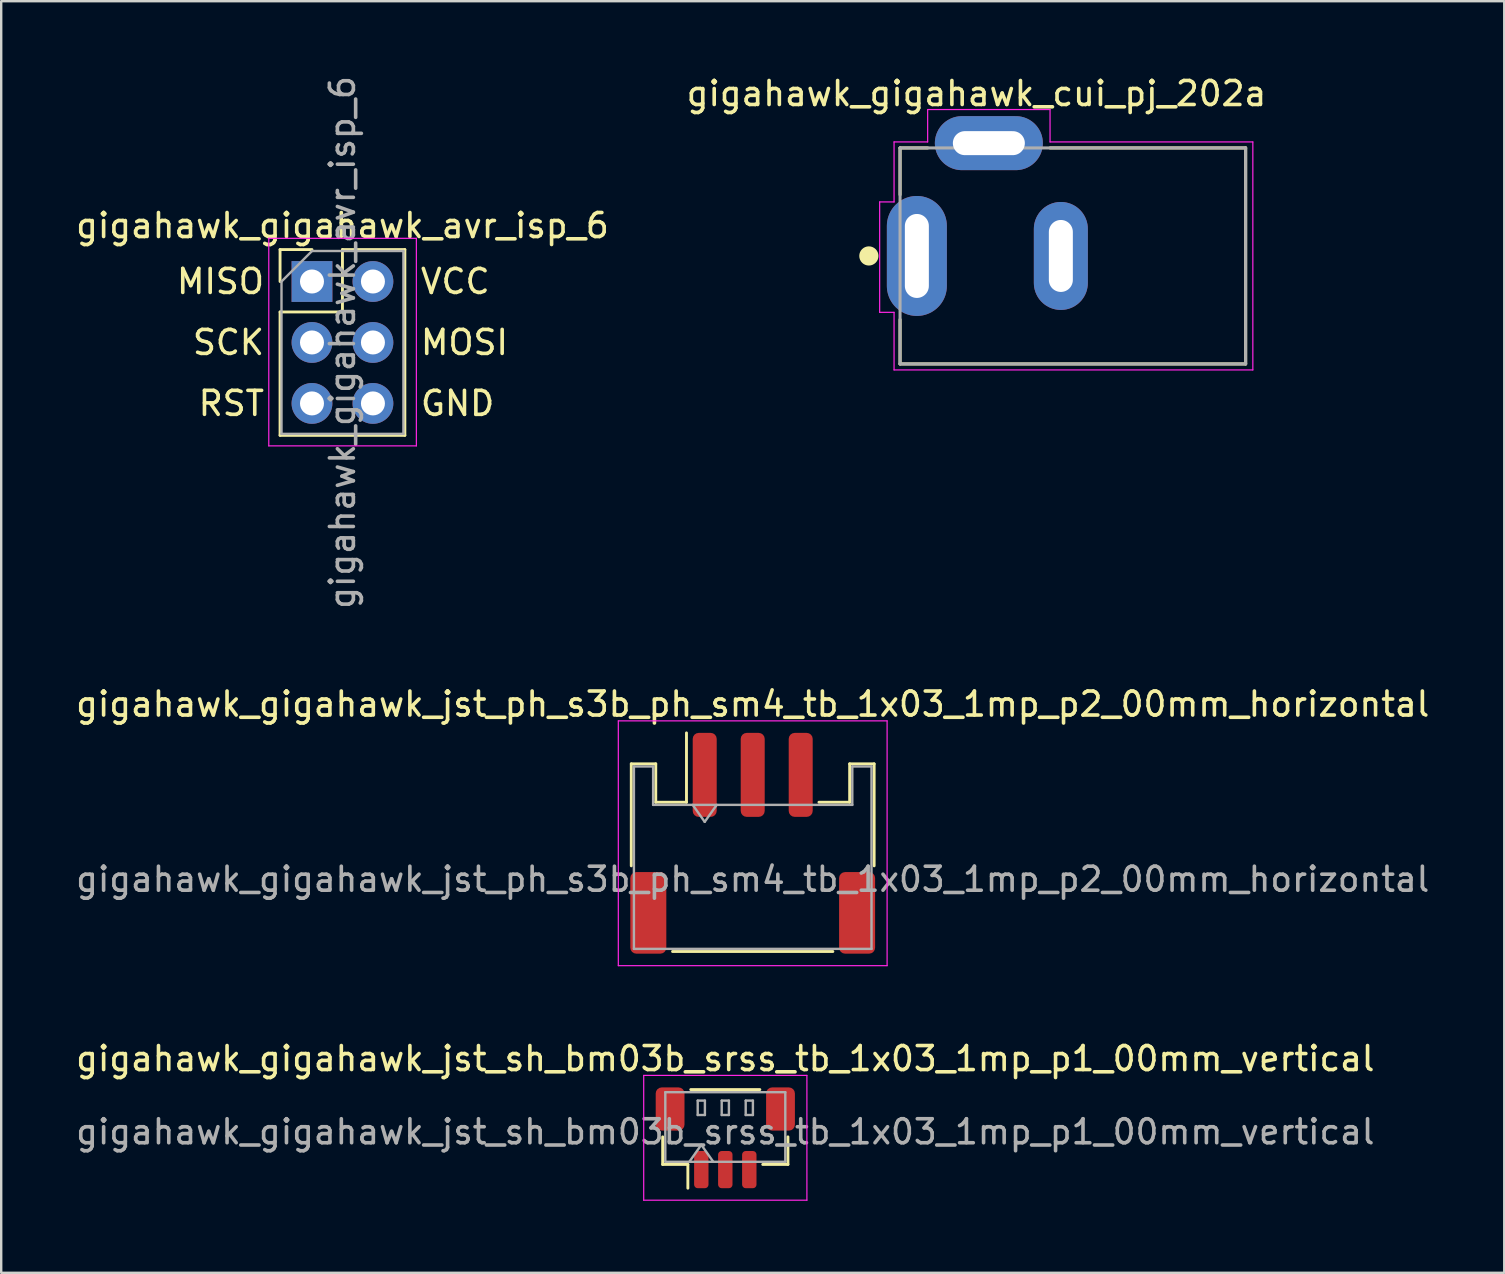
<source format=kicad_pcb>
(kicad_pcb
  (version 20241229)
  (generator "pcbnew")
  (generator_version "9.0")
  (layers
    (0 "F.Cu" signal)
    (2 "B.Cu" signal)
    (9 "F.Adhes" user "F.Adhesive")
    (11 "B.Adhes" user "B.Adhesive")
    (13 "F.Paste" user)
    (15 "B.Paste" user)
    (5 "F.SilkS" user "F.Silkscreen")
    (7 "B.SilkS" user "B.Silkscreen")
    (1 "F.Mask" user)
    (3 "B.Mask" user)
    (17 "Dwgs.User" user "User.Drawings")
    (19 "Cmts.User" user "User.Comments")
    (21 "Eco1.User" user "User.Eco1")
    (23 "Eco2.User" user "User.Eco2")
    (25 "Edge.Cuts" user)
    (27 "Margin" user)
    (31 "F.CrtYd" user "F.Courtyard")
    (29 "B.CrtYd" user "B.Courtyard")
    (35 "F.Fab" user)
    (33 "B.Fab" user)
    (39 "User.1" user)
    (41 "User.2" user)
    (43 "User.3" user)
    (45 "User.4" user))
  (footprint "gigahawk_gigahawk_avr_isp_6"
    (layer "F.Cu")
    (at 9.95 8.68)
    (property "Reference" "gigahawk_gigahawk_avr_isp_6" (at 1.27 -2.33 0) (layer "F.SilkS") (effects (font (size 1 1) (thickness 0.15))))
    (attr through_hole)
    (fp_line (start -1.33 -1.33) (end 0 -1.33) (stroke (width 0.12) (type solid)) (layer "F.SilkS"))
    (fp_line (start -1.33 0) (end -1.33 -1.33) (stroke (width 0.12) (type solid)) (layer "F.SilkS"))
    (fp_line (start -1.33 1.27) (end -1.33 6.41) (stroke (width 0.12) (type solid)) (layer "F.SilkS"))
    (fp_line (start -1.33 1.27) (end 1.27 1.27) (stroke (width 0.12) (type solid)) (layer "F.SilkS"))
    (fp_line (start -1.33 6.41) (end 3.87 6.41) (stroke (width 0.12) (type solid)) (layer "F.SilkS"))
    (fp_line (start 1.27 -1.33) (end 3.87 -1.33) (stroke (width 0.12) (type solid)) (layer "F.SilkS"))
    (fp_line (start 1.27 1.27) (end 1.27 -1.33) (stroke (width 0.12) (type solid)) (layer "F.SilkS"))
    (fp_line (start 3.87 -1.33) (end 3.87 6.41) (stroke (width 0.12) (type solid)) (layer "F.SilkS"))
    (fp_line (start -1.8 -1.8) (end -1.8 6.85) (stroke (width 0.05) (type solid)) (layer "F.CrtYd"))
    (fp_line (start -1.8 6.85) (end 4.35 6.85) (stroke (width 0.05) (type solid)) (layer "F.CrtYd"))
    (fp_line (start 4.35 -1.8) (end -1.8 -1.8) (stroke (width 0.05) (type solid)) (layer "F.CrtYd"))
    (fp_line (start 4.35 6.85) (end 4.35 -1.8) (stroke (width 0.05) (type solid)) (layer "F.CrtYd"))
    (fp_line (start -1.27 0) (end 0 -1.27) (stroke (width 0.1) (type solid)) (layer "F.Fab"))
    (fp_line (start -1.27 6.35) (end -1.27 0) (stroke (width 0.1) (type solid)) (layer "F.Fab"))
    (fp_line (start 0 -1.27) (end 3.81 -1.27) (stroke (width 0.1) (type solid)) (layer "F.Fab"))
    (fp_line (start 3.81 -1.27) (end 3.81 6.35) (stroke (width 0.1) (type solid)) (layer "F.Fab"))
    (fp_line (start 3.81 6.35) (end -1.27 6.35) (stroke (width 0.1) (type solid)) (layer "F.Fab"))
    (fp_text user "MOSI" (at 4.445 2.54 0) (layer "F.SilkS") (effects (font (size 1 1) (thickness 0.15)) (justify left)))
    (fp_text user "MISO" (at -1.905 0 180) (layer "F.SilkS") (effects (font (size 1 1) (thickness 0.15)) (justify right)))
    (fp_text user "SCK" (at -1.905 2.54 180) (layer "F.SilkS") (effects (font (size 1 1) (thickness 0.15)) (justify right)))
    (fp_text user "VCC" (at 4.445 0 0) (layer "F.SilkS") (effects (font (size 1 1) (thickness 0.15)) (justify left)))
    (fp_text user "GND" (at 4.445 5.08 0) (layer "F.SilkS") (effects (font (size 1 1) (thickness 0.15)) (justify left)))
    (fp_text user "RST" (at -1.905 5.08 180) (layer "F.SilkS") (effects (font (size 1 1) (thickness 0.15)) (justify right)))
    (fp_text user "${REFERENCE}" (at 1.27 2.54 90) (layer "F.Fab") (effects (font (size 1 1) (thickness 0.15))))
    (pad "1" thru_hole rect (at 0 0) (size 1.7 1.7) (drill 1) (layers "*.Cu" "*.Mask"))
    (pad "2" thru_hole oval (at 2.54 0) (size 1.7 1.7) (drill 1) (layers "*.Cu" "*.Mask"))
    (pad "3" thru_hole oval (at 0 2.54) (size 1.7 1.7) (drill 1) (layers "*.Cu" "*.Mask"))
    (pad "4" thru_hole oval (at 2.54 2.54) (size 1.7 1.7) (drill 1) (layers "*.Cu" "*.Mask"))
    (pad "5" thru_hole oval (at 0 5.08) (size 1.7 1.7) (drill 1) (layers "*.Cu" "*.Mask"))
    (pad "6" thru_hole oval (at 2.54 5.08) (size 1.7 1.7) (drill 1) (layers "*.Cu" "*.Mask")))
  (footprint "gigahawk_gigahawk_jst_sh_bm03b_srss_tb_1x03_1mp_p1_00mm_vertical"
    (layer "F.Cu")
    (at 27.173 44.362)
    (property "Reference" "gigahawk_gigahawk_jst_sh_bm03b_srss_tb_1x03_1mp_p1_00mm_vertical" (at 0 -3.3 0) (layer "F.SilkS") (effects (font (size 1 1) (thickness 0.15))))
    (attr smd)
    (fp_line (start -2.61 -0.04) (end -2.61 1.11) (stroke (width 0.12) (type solid)) (layer "F.SilkS"))
    (fp_line (start -2.61 1.11) (end -1.56 1.11) (stroke (width 0.12) (type solid)) (layer "F.SilkS"))
    (fp_line (start -1.56 1.11) (end -1.56 2.1) (stroke (width 0.12) (type solid)) (layer "F.SilkS"))
    (fp_line (start -1.44 -2.01) (end 1.44 -2.01) (stroke (width 0.12) (type solid)) (layer "F.SilkS"))
    (fp_line (start 2.61 -0.04) (end 2.61 1.11) (stroke (width 0.12) (type solid)) (layer "F.SilkS"))
    (fp_line (start 2.61 1.11) (end 1.56 1.11) (stroke (width 0.12) (type solid)) (layer "F.SilkS"))
    (fp_line (start -3.4 -2.6) (end -3.4 2.6) (stroke (width 0.05) (type solid)) (layer "F.CrtYd"))
    (fp_line (start -3.4 2.6) (end 3.4 2.6) (stroke (width 0.05) (type solid)) (layer "F.CrtYd"))
    (fp_line (start 3.4 -2.6) (end -3.4 -2.6) (stroke (width 0.05) (type solid)) (layer "F.CrtYd"))
    (fp_line (start 3.4 2.6) (end 3.4 -2.6) (stroke (width 0.05) (type solid)) (layer "F.CrtYd"))
    (fp_line (start -2.5 -1.9) (end 2.5 -1.9) (stroke (width 0.1) (type solid)) (layer "F.Fab"))
    (fp_line (start -2.5 1) (end -2.5 -1.9) (stroke (width 0.1) (type solid)) (layer "F.Fab"))
    (fp_line (start -2.5 1) (end 2.5 1) (stroke (width 0.1) (type solid)) (layer "F.Fab"))
    (fp_line (start -1.5 1) (end -1 0.293) (stroke (width 0.1) (type solid)) (layer "F.Fab"))
    (fp_line (start -1.15 -1.55) (end -1.15 -0.95) (stroke (width 0.1) (type solid)) (layer "F.Fab"))
    (fp_line (start -1.15 -0.95) (end -0.85 -0.95) (stroke (width 0.1) (type solid)) (layer "F.Fab"))
    (fp_line (start -1 0.293) (end -0.5 1) (stroke (width 0.1) (type solid)) (layer "F.Fab"))
    (fp_line (start -0.85 -1.55) (end -1.15 -1.55) (stroke (width 0.1) (type solid)) (layer "F.Fab"))
    (fp_line (start -0.85 -0.95) (end -0.85 -1.55) (stroke (width 0.1) (type solid)) (layer "F.Fab"))
    (fp_line (start -0.15 -1.55) (end -0.15 -0.95) (stroke (width 0.1) (type solid)) (layer "F.Fab"))
    (fp_line (start -0.15 -0.95) (end 0.15 -0.95) (stroke (width 0.1) (type solid)) (layer "F.Fab"))
    (fp_line (start 0.15 -1.55) (end -0.15 -1.55) (stroke (width 0.1) (type solid)) (layer "F.Fab"))
    (fp_line (start 0.15 -0.95) (end 0.15 -1.55) (stroke (width 0.1) (type solid)) (layer "F.Fab"))
    (fp_line (start 0.85 -1.55) (end 0.85 -0.95) (stroke (width 0.1) (type solid)) (layer "F.Fab"))
    (fp_line (start 0.85 -0.95) (end 1.15 -0.95) (stroke (width 0.1) (type solid)) (layer "F.Fab"))
    (fp_line (start 1.15 -1.55) (end 0.85 -1.55) (stroke (width 0.1) (type solid)) (layer "F.Fab"))
    (fp_line (start 1.15 -0.95) (end 1.15 -1.55) (stroke (width 0.1) (type solid)) (layer "F.Fab"))
    (fp_line (start 2.5 1) (end 2.5 -1.9) (stroke (width 0.1) (type solid)) (layer "F.Fab"))
    (fp_text user "${REFERENCE}" (at 0 -0.25 0) (layer "F.Fab") (effects (font (size 1 1) (thickness 0.15))))
    (pad "1" smd roundrect (at -1 1.325) (size 0.6 1.55) (layers "F.Cu" "F.Mask" "F.Paste") (roundrect_rratio 0.25))
    (pad "2" smd roundrect (at 0 1.325) (size 0.6 1.55) (layers "F.Cu" "F.Mask" "F.Paste") (roundrect_rratio 0.25))
    (pad "3" smd roundrect (at 1 1.325) (size 0.6 1.55) (layers "F.Cu" "F.Mask" "F.Paste") (roundrect_rratio 0.25))
    (pad "MP" smd roundrect (at -2.3 -1.2) (size 1.2 1.8) (layers "F.Cu" "F.Mask" "F.Paste") (roundrect_rratio 0.208))
    (pad "MP" smd roundrect (at 2.3 -1.2) (size 1.2 1.8) (layers "F.Cu" "F.Mask" "F.Paste") (roundrect_rratio 0.208)))
  (footprint "gigahawk_gigahawk_cui_pj_202a"
    (layer "F.Cu")
    (at 41.655 7.615)
    (property "Reference" "gigahawk_gigahawk_cui_pj_202a" (at -4.016 -6.766 0) (layer "F.SilkS") (effects (font (size 1 1) (thickness 0.15))))
    (attr through_hole)
    (fp_line (start -7.2 -4.5) (end -6.05 -4.5) (stroke (width 0.127) (type solid)) (layer "F.SilkS"))
    (fp_line (start -7.2 -2.55) (end -7.2 -4.5) (stroke (width 0.127) (type solid)) (layer "F.SilkS"))
    (fp_line (start -7.2 4.5) (end -7.2 2.65) (stroke (width 0.127) (type solid)) (layer "F.SilkS"))
    (fp_line (start -0.95 -4.5) (end 7.2 -4.5) (stroke (width 0.127) (type solid)) (layer "F.SilkS"))
    (fp_line (start 7.2 -4.5) (end 7.2 4.5) (stroke (width 0.127) (type solid)) (layer "F.SilkS"))
    (fp_line (start 7.2 4.5) (end -7.2 4.5) (stroke (width 0.127) (type solid)) (layer "F.SilkS"))
    (fp_circle (center -8.5 0) (end -8.3 0) (stroke (width 0.4) (type solid)) (fill no) (layer "F.SilkS"))
    (fp_line (start -8.05 -2.25) (end -8.05 2.35) (stroke (width 0.05) (type solid)) (layer "F.CrtYd"))
    (fp_line (start -8.05 2.35) (end -7.45 2.35) (stroke (width 0.05) (type solid)) (layer "F.CrtYd"))
    (fp_line (start -7.45 -4.75) (end -6.05 -4.75) (stroke (width 0.05) (type solid)) (layer "F.CrtYd"))
    (fp_line (start -7.45 -2.25) (end -8.05 -2.25) (stroke (width 0.05) (type solid)) (layer "F.CrtYd"))
    (fp_line (start -7.45 -2.25) (end -7.45 -4.75) (stroke (width 0.05) (type solid)) (layer "F.CrtYd"))
    (fp_line (start -7.45 4.75) (end -7.45 2.35) (stroke (width 0.05) (type solid)) (layer "F.CrtYd"))
    (fp_line (start -6.05 -6.1) (end -0.95 -6.1) (stroke (width 0.05) (type solid)) (layer "F.CrtYd"))
    (fp_line (start -6.05 -4.75) (end -6.05 -6.1) (stroke (width 0.05) (type solid)) (layer "F.CrtYd"))
    (fp_line (start -0.95 -6.1) (end -0.95 -4.75) (stroke (width 0.05) (type solid)) (layer "F.CrtYd"))
    (fp_line (start -0.95 -4.75) (end 7.5 -4.75) (stroke (width 0.05) (type solid)) (layer "F.CrtYd"))
    (fp_line (start 7.5 -4.75) (end 7.5 4.75) (stroke (width 0.05) (type solid)) (layer "F.CrtYd"))
    (fp_line (start 7.5 4.75) (end -7.45 4.75) (stroke (width 0.05) (type solid)) (layer "F.CrtYd"))
    (fp_line (start -7.2 -4.5) (end 7.2 -4.5) (stroke (width 0.127) (type solid)) (layer "F.Fab"))
    (fp_line (start -7.2 4.5) (end -7.2 -4.5) (stroke (width 0.127) (type solid)) (layer "F.Fab"))
    (fp_line (start 7.2 -4.5) (end 7.2 4.5) (stroke (width 0.127) (type solid)) (layer "F.Fab"))
    (fp_line (start 7.2 4.5) (end -7.2 4.5) (stroke (width 0.127) (type solid)) (layer "F.Fab"))
    (pad "1" thru_hole oval (at -6.5 0) (size 2.5 5) (drill oval 1 3.5) (layers "*.Cu" "*.Mask"))
    (pad "2" thru_hole oval (at -0.5 0) (size 2.25 4.5) (drill oval 1 3) (layers "*.Cu" "*.Mask"))
    (pad "3" thru_hole oval (at -3.5 -4.7) (size 4.5 2.25) (drill oval 3 1) (layers "*.Cu" "*.Mask")))
  (footprint "gigahawk_gigahawk_jst_ph_s3b_ph_sm4_tb_1x03_1mp_p2_00mm_horizontal"
    (layer "F.Cu")
    (at 28.315 32.089)
    (property "Reference" "gigahawk_gigahawk_jst_ph_s3b_ph_sm4_tb_1x03_1mp_p2_00mm_horizontal" (at 0 -5.8 0) (layer "F.SilkS") (effects (font (size 1 1) (thickness 0.15))))
    (attr smd)
    (fp_line (start -5.06 -3.31) (end -4.04 -3.31) (stroke (width 0.12) (type solid)) (layer "F.SilkS"))
    (fp_line (start -5.06 0.94) (end -5.06 -3.31) (stroke (width 0.12) (type solid)) (layer "F.SilkS"))
    (fp_line (start -4.04 -3.31) (end -4.04 -1.71) (stroke (width 0.12) (type solid)) (layer "F.SilkS"))
    (fp_line (start -4.04 -1.71) (end -2.76 -1.71) (stroke (width 0.12) (type solid)) (layer "F.SilkS"))
    (fp_line (start -3.34 4.51) (end 3.34 4.51) (stroke (width 0.12) (type solid)) (layer "F.SilkS"))
    (fp_line (start -2.76 -1.71) (end -2.76 -4.6) (stroke (width 0.12) (type solid)) (layer "F.SilkS"))
    (fp_line (start 4.04 -3.31) (end 4.04 -1.71) (stroke (width 0.12) (type solid)) (layer "F.SilkS"))
    (fp_line (start 4.04 -1.71) (end 2.76 -1.71) (stroke (width 0.12) (type solid)) (layer "F.SilkS"))
    (fp_line (start 5.06 -3.31) (end 4.04 -3.31) (stroke (width 0.12) (type solid)) (layer "F.SilkS"))
    (fp_line (start 5.06 0.94) (end 5.06 -3.31) (stroke (width 0.12) (type solid)) (layer "F.SilkS"))
    (fp_line (start -5.6 -5.1) (end -5.6 5.1) (stroke (width 0.05) (type solid)) (layer "F.CrtYd"))
    (fp_line (start -5.6 5.1) (end 5.6 5.1) (stroke (width 0.05) (type solid)) (layer "F.CrtYd"))
    (fp_line (start 5.6 -5.1) (end -5.6 -5.1) (stroke (width 0.05) (type solid)) (layer "F.CrtYd"))
    (fp_line (start 5.6 5.1) (end 5.6 -5.1) (stroke (width 0.05) (type solid)) (layer "F.CrtYd"))
    (fp_line (start -4.95 -3.2) (end -4.95 4.4) (stroke (width 0.1) (type solid)) (layer "F.Fab"))
    (fp_line (start -4.95 -3.2) (end -4.15 -3.2) (stroke (width 0.1) (type solid)) (layer "F.Fab"))
    (fp_line (start -4.95 4.4) (end 4.95 4.4) (stroke (width 0.1) (type solid)) (layer "F.Fab"))
    (fp_line (start -4.15 -3.2) (end -4.15 -1.6) (stroke (width 0.1) (type solid)) (layer "F.Fab"))
    (fp_line (start -4.15 -1.6) (end 4.15 -1.6) (stroke (width 0.1) (type solid)) (layer "F.Fab"))
    (fp_line (start -2.5 -1.6) (end -2 -0.893) (stroke (width 0.1) (type solid)) (layer "F.Fab"))
    (fp_line (start -2 -0.893) (end -1.5 -1.6) (stroke (width 0.1) (type solid)) (layer "F.Fab"))
    (fp_line (start 4.15 -3.2) (end 4.95 -3.2) (stroke (width 0.1) (type solid)) (layer "F.Fab"))
    (fp_line (start 4.15 -1.6) (end 4.15 -3.2) (stroke (width 0.1) (type solid)) (layer "F.Fab"))
    (fp_line (start 4.95 -3.2) (end 4.95 4.4) (stroke (width 0.1) (type solid)) (layer "F.Fab"))
    (fp_text user "${REFERENCE}" (at 0 1.5 0) (layer "F.Fab") (effects (font (size 1 1) (thickness 0.15))))
    (pad "1" smd roundrect (at -2 -2.85) (size 1 3.5) (layers "F.Cu" "F.Mask" "F.Paste") (roundrect_rratio 0.25))
    (pad "2" smd roundrect (at 0 -2.85) (size 1 3.5) (layers "F.Cu" "F.Mask" "F.Paste") (roundrect_rratio 0.25))
    (pad "3" smd roundrect (at 2 -2.85) (size 1 3.5) (layers "F.Cu" "F.Mask" "F.Paste") (roundrect_rratio 0.25))
    (pad "MP" smd roundrect (at -4.35 2.9) (size 1.5 3.4) (layers "F.Cu" "F.Mask" "F.Paste") (roundrect_rratio 0.167))
    (pad "MP" smd roundrect (at 4.35 2.9) (size 1.5 3.4) (layers "F.Cu" "F.Mask" "F.Paste") (roundrect_rratio 0.167)))
  (gr_rect
    (start -3 -3)
    (end 59.631 49.987)
    (stroke (width 0.1) (type default))
    (fill no)
    (layer "Edge.Cuts")))
</source>
